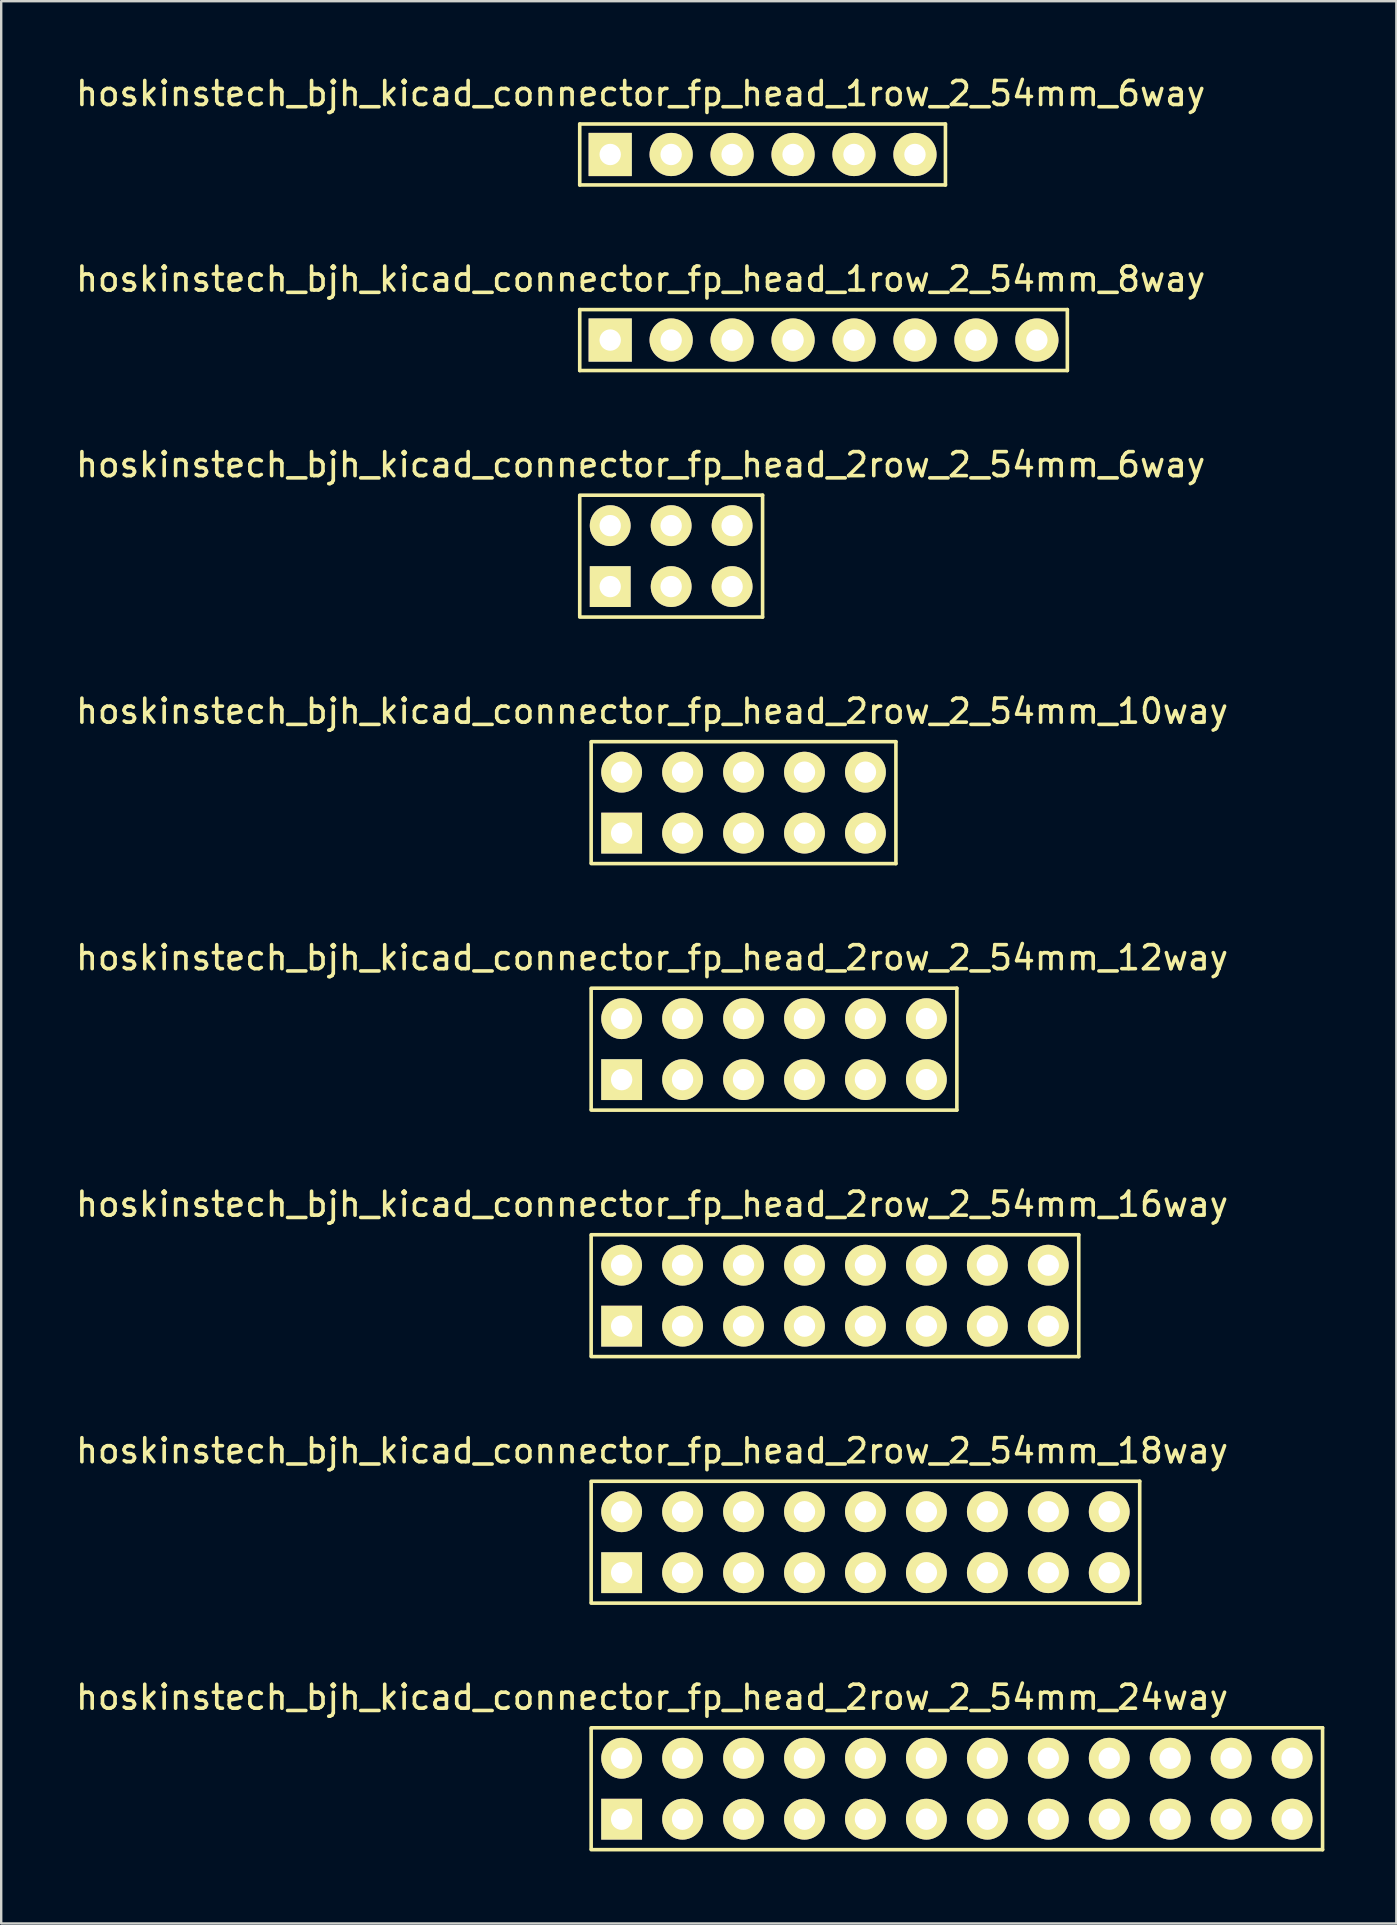
<source format=kicad_pcb>
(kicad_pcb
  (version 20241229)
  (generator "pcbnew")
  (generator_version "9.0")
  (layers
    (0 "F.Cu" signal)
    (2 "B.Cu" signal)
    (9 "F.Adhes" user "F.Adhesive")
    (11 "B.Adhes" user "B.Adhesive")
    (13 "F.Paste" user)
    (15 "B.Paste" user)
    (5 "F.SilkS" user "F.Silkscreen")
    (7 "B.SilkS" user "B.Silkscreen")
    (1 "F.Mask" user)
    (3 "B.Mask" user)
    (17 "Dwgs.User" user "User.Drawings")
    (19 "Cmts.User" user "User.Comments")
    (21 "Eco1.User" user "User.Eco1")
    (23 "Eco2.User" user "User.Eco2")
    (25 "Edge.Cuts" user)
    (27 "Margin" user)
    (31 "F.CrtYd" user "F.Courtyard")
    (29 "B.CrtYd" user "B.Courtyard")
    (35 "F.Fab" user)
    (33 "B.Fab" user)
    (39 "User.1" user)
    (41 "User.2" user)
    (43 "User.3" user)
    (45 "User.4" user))
  (footprint "hoskinstech_bjh_kicad_connector_fp_head_2row_2_54mm_24way"
    (layer "F.Cu")
    (at 22.855 71.491)
    (property "Reference" "hoskinstech_bjh_kicad_connector_fp_head_2row_2_54mm_24way" (at 1.27 -3.81 0) (layer "F.SilkS") (effects (font (size 1 1) (thickness 0.15))))
    (attr through_hole)
    (fp_line (start -1.27 -2.502) (end -1.27 2.502) (stroke (width 0.15) (type solid)) (layer "F.SilkS"))
    (fp_line (start 29.21 -2.54) (end -1.27 -2.54) (stroke (width 0.15) (type solid)) (layer "F.SilkS"))
    (fp_line (start 29.21 -2.54) (end 29.21 2.54) (stroke (width 0.15) (type solid)) (layer "F.SilkS"))
    (fp_line (start 29.21 2.54) (end -1.27 2.54) (stroke (width 0.15) (type solid)) (layer "F.SilkS"))
    (pad "1" thru_hole rect (at 0 1.27) (size 1.7 1.7) (drill 0.89) (layers "*.Cu" "*.Mask" "F.SilkS"))
    (pad "2" thru_hole circle (at 0 -1.27) (size 1.7 1.7) (drill 0.89) (layers "*.Cu" "*.Mask" "F.SilkS"))
    (pad "3" thru_hole circle (at 2.54 1.27) (size 1.7 1.7) (drill 0.89) (layers "*.Cu" "*.Mask" "F.SilkS"))
    (pad "4" thru_hole circle (at 2.54 -1.27) (size 1.7 1.7) (drill 0.89) (layers "*.Cu" "*.Mask" "F.SilkS"))
    (pad "5" thru_hole circle (at 5.08 1.27) (size 1.7 1.7) (drill 0.89) (layers "*.Cu" "*.Mask" "F.SilkS"))
    (pad "6" thru_hole circle (at 5.08 -1.27) (size 1.7 1.7) (drill 0.89) (layers "*.Cu" "*.Mask" "F.SilkS"))
    (pad "7" thru_hole circle (at 7.62 1.27) (size 1.7 1.7) (drill 0.89) (layers "*.Cu" "*.Mask" "F.SilkS"))
    (pad "8" thru_hole circle (at 7.62 -1.27) (size 1.7 1.7) (drill 0.89) (layers "*.Cu" "*.Mask" "F.SilkS"))
    (pad "9" thru_hole circle (at 10.16 1.27) (size 1.7 1.7) (drill 0.89) (layers "*.Cu" "*.Mask" "F.SilkS"))
    (pad "10" thru_hole circle (at 10.16 -1.27) (size 1.7 1.7) (drill 0.89) (layers "*.Cu" "*.Mask" "F.SilkS"))
    (pad "11" thru_hole circle (at 12.7 1.27) (size 1.7 1.7) (drill 0.89) (layers "*.Cu" "*.Mask" "F.SilkS"))
    (pad "12" thru_hole circle (at 12.7 -1.27) (size 1.7 1.7) (drill 0.89) (layers "*.Cu" "*.Mask" "F.SilkS"))
    (pad "13" thru_hole circle (at 15.24 1.27) (size 1.7 1.7) (drill 0.89) (layers "*.Cu" "*.Mask" "F.SilkS"))
    (pad "14" thru_hole circle (at 15.24 -1.27) (size 1.7 1.7) (drill 0.89) (layers "*.Cu" "*.Mask" "F.SilkS"))
    (pad "15" thru_hole circle (at 17.78 1.27) (size 1.7 1.7) (drill 0.89) (layers "*.Cu" "*.Mask" "F.SilkS"))
    (pad "16" thru_hole circle (at 17.78 -1.27) (size 1.7 1.7) (drill 0.89) (layers "*.Cu" "*.Mask" "F.SilkS"))
    (pad "17" thru_hole circle (at 20.32 1.27) (size 1.7 1.7) (drill 0.89) (layers "*.Cu" "*.Mask" "F.SilkS"))
    (pad "18" thru_hole circle (at 20.32 -1.27) (size 1.7 1.7) (drill 0.89) (layers "*.Cu" "*.Mask" "F.SilkS"))
    (pad "19" thru_hole circle (at 22.86 1.27) (size 1.7 1.7) (drill 0.89) (layers "*.Cu" "*.Mask" "F.SilkS"))
    (pad "20" thru_hole circle (at 22.86 -1.27) (size 1.7 1.7) (drill 0.89) (layers "*.Cu" "*.Mask" "F.SilkS"))
    (pad "21" thru_hole circle (at 25.4 1.27) (size 1.7 1.7) (drill 0.89) (layers "*.Cu" "*.Mask" "F.SilkS"))
    (pad "22" thru_hole circle (at 25.4 -1.27) (size 1.7 1.7) (drill 0.89) (layers "*.Cu" "*.Mask" "F.SilkS"))
    (pad "23" thru_hole circle (at 27.94 1.27) (size 1.7 1.7) (drill 0.89) (layers "*.Cu" "*.Mask" "F.SilkS"))
    (pad "24" thru_hole circle (at 27.94 -1.27) (size 1.7 1.7) (drill 0.89) (layers "*.Cu" "*.Mask" "F.SilkS")))
  (footprint "hoskinstech_bjh_kicad_connector_fp_head_2row_2_54mm_10way"
    (layer "F.Cu")
    (at 22.855 30.398)
    (property "Reference" "hoskinstech_bjh_kicad_connector_fp_head_2row_2_54mm_10way" (at 1.27 -3.81 0) (layer "F.SilkS") (effects (font (size 1 1) (thickness 0.15))))
    (attr through_hole)
    (fp_line (start -1.27 -2.502) (end -1.27 2.502) (stroke (width 0.15) (type solid)) (layer "F.SilkS"))
    (fp_line (start 11.43 -2.54) (end -1.27 -2.54) (stroke (width 0.15) (type solid)) (layer "F.SilkS"))
    (fp_line (start 11.43 -2.54) (end 11.43 2.54) (stroke (width 0.15) (type solid)) (layer "F.SilkS"))
    (fp_line (start 11.43 2.54) (end -1.27 2.54) (stroke (width 0.15) (type solid)) (layer "F.SilkS"))
    (pad "1" thru_hole rect (at 0 1.27) (size 1.7 1.7) (drill 0.89) (layers "*.Cu" "*.Mask" "F.SilkS"))
    (pad "2" thru_hole circle (at 0 -1.27) (size 1.7 1.7) (drill 0.89) (layers "*.Cu" "*.Mask" "F.SilkS"))
    (pad "3" thru_hole circle (at 2.54 1.27) (size 1.7 1.7) (drill 0.89) (layers "*.Cu" "*.Mask" "F.SilkS"))
    (pad "4" thru_hole circle (at 2.54 -1.27) (size 1.7 1.7) (drill 0.89) (layers "*.Cu" "*.Mask" "F.SilkS"))
    (pad "5" thru_hole circle (at 5.08 1.27) (size 1.7 1.7) (drill 0.89) (layers "*.Cu" "*.Mask" "F.SilkS"))
    (pad "6" thru_hole circle (at 5.08 -1.27) (size 1.7 1.7) (drill 0.89) (layers "*.Cu" "*.Mask" "F.SilkS"))
    (pad "7" thru_hole circle (at 7.62 1.27) (size 1.7 1.7) (drill 0.89) (layers "*.Cu" "*.Mask" "F.SilkS"))
    (pad "8" thru_hole circle (at 7.62 -1.27) (size 1.7 1.7) (drill 0.89) (layers "*.Cu" "*.Mask" "F.SilkS"))
    (pad "9" thru_hole circle (at 10.16 1.27) (size 1.7 1.7) (drill 0.89) (layers "*.Cu" "*.Mask" "F.SilkS"))
    (pad "10" thru_hole circle (at 10.16 -1.27) (size 1.7 1.7) (drill 0.89) (layers "*.Cu" "*.Mask" "F.SilkS")))
  (footprint "hoskinstech_bjh_kicad_connector_fp_head_2row_2_54mm_12way"
    (layer "F.Cu")
    (at 22.855 40.671)
    (property "Reference" "hoskinstech_bjh_kicad_connector_fp_head_2row_2_54mm_12way" (at 1.27 -3.81 0) (layer "F.SilkS") (effects (font (size 1 1) (thickness 0.15))))
    (attr through_hole)
    (fp_line (start -1.27 -2.502) (end -1.27 2.502) (stroke (width 0.15) (type solid)) (layer "F.SilkS"))
    (fp_line (start 13.97 -2.54) (end -1.27 -2.54) (stroke (width 0.15) (type solid)) (layer "F.SilkS"))
    (fp_line (start 13.97 -2.54) (end 13.97 2.54) (stroke (width 0.15) (type solid)) (layer "F.SilkS"))
    (fp_line (start 13.97 2.54) (end -1.27 2.54) (stroke (width 0.15) (type solid)) (layer "F.SilkS"))
    (pad "1" thru_hole rect (at 0 1.27) (size 1.7 1.7) (drill 0.89) (layers "*.Cu" "*.Mask" "F.SilkS"))
    (pad "2" thru_hole circle (at 0 -1.27) (size 1.7 1.7) (drill 0.89) (layers "*.Cu" "*.Mask" "F.SilkS"))
    (pad "3" thru_hole circle (at 2.54 1.27) (size 1.7 1.7) (drill 0.89) (layers "*.Cu" "*.Mask" "F.SilkS"))
    (pad "4" thru_hole circle (at 2.54 -1.27) (size 1.7 1.7) (drill 0.89) (layers "*.Cu" "*.Mask" "F.SilkS"))
    (pad "5" thru_hole circle (at 5.08 1.27) (size 1.7 1.7) (drill 0.89) (layers "*.Cu" "*.Mask" "F.SilkS"))
    (pad "6" thru_hole circle (at 5.08 -1.27) (size 1.7 1.7) (drill 0.89) (layers "*.Cu" "*.Mask" "F.SilkS"))
    (pad "7" thru_hole circle (at 7.62 1.27) (size 1.7 1.7) (drill 0.89) (layers "*.Cu" "*.Mask" "F.SilkS"))
    (pad "8" thru_hole circle (at 7.62 -1.27) (size 1.7 1.7) (drill 0.89) (layers "*.Cu" "*.Mask" "F.SilkS"))
    (pad "9" thru_hole circle (at 10.16 1.27) (size 1.7 1.7) (drill 0.89) (layers "*.Cu" "*.Mask" "F.SilkS"))
    (pad "10" thru_hole circle (at 10.16 -1.27) (size 1.7 1.7) (drill 0.89) (layers "*.Cu" "*.Mask" "F.SilkS"))
    (pad "11" thru_hole circle (at 12.7 1.27) (size 1.7 1.7) (drill 0.89) (layers "*.Cu" "*.Mask" "F.SilkS"))
    (pad "12" thru_hole circle (at 12.7 -1.27) (size 1.7 1.7) (drill 0.89) (layers "*.Cu" "*.Mask" "F.SilkS")))
  (footprint "hoskinstech_bjh_kicad_connector_fp_head_2row_2_54mm_18way"
    (layer "F.Cu")
    (at 22.855 61.218)
    (property "Reference" "hoskinstech_bjh_kicad_connector_fp_head_2row_2_54mm_18way" (at 1.27 -3.81 0) (layer "F.SilkS") (effects (font (size 1 1) (thickness 0.15))))
    (attr through_hole)
    (fp_line (start -1.27 -2.502) (end -1.27 2.502) (stroke (width 0.15) (type solid)) (layer "F.SilkS"))
    (fp_line (start 21.59 -2.54) (end -1.27 -2.54) (stroke (width 0.15) (type solid)) (layer "F.SilkS"))
    (fp_line (start 21.59 -2.54) (end 21.59 2.54) (stroke (width 0.15) (type solid)) (layer "F.SilkS"))
    (fp_line (start 21.59 2.54) (end -1.27 2.54) (stroke (width 0.15) (type solid)) (layer "F.SilkS"))
    (pad "1" thru_hole rect (at 0 1.27) (size 1.7 1.7) (drill 0.89) (layers "*.Cu" "*.Mask" "F.SilkS"))
    (pad "2" thru_hole circle (at 0 -1.27) (size 1.7 1.7) (drill 0.89) (layers "*.Cu" "*.Mask" "F.SilkS"))
    (pad "3" thru_hole circle (at 2.54 1.27) (size 1.7 1.7) (drill 0.89) (layers "*.Cu" "*.Mask" "F.SilkS"))
    (pad "4" thru_hole circle (at 2.54 -1.27) (size 1.7 1.7) (drill 0.89) (layers "*.Cu" "*.Mask" "F.SilkS"))
    (pad "5" thru_hole circle (at 5.08 1.27) (size 1.7 1.7) (drill 0.89) (layers "*.Cu" "*.Mask" "F.SilkS"))
    (pad "6" thru_hole circle (at 5.08 -1.27) (size 1.7 1.7) (drill 0.89) (layers "*.Cu" "*.Mask" "F.SilkS"))
    (pad "7" thru_hole circle (at 7.62 1.27) (size 1.7 1.7) (drill 0.89) (layers "*.Cu" "*.Mask" "F.SilkS"))
    (pad "8" thru_hole circle (at 7.62 -1.27) (size 1.7 1.7) (drill 0.89) (layers "*.Cu" "*.Mask" "F.SilkS"))
    (pad "9" thru_hole circle (at 10.16 1.27) (size 1.7 1.7) (drill 0.89) (layers "*.Cu" "*.Mask" "F.SilkS"))
    (pad "10" thru_hole circle (at 10.16 -1.27) (size 1.7 1.7) (drill 0.89) (layers "*.Cu" "*.Mask" "F.SilkS"))
    (pad "11" thru_hole circle (at 12.7 1.27) (size 1.7 1.7) (drill 0.89) (layers "*.Cu" "*.Mask" "F.SilkS"))
    (pad "12" thru_hole circle (at 12.7 -1.27) (size 1.7 1.7) (drill 0.89) (layers "*.Cu" "*.Mask" "F.SilkS"))
    (pad "13" thru_hole circle (at 15.24 1.27) (size 1.7 1.7) (drill 0.89) (layers "*.Cu" "*.Mask" "F.SilkS"))
    (pad "14" thru_hole circle (at 15.24 -1.27) (size 1.7 1.7) (drill 0.89) (layers "*.Cu" "*.Mask" "F.SilkS"))
    (pad "15" thru_hole circle (at 17.78 1.27) (size 1.7 1.7) (drill 0.89) (layers "*.Cu" "*.Mask" "F.SilkS"))
    (pad "16" thru_hole circle (at 17.78 -1.27) (size 1.7 1.7) (drill 0.89) (layers "*.Cu" "*.Mask" "F.SilkS"))
    (pad "17" thru_hole circle (at 20.32 1.27) (size 1.7 1.7) (drill 0.89) (layers "*.Cu" "*.Mask" "F.SilkS"))
    (pad "18" thru_hole circle (at 20.32 -1.27) (size 1.7 1.7) (drill 0.89) (layers "*.Cu" "*.Mask" "F.SilkS")))
  (footprint "hoskinstech_bjh_kicad_connector_fp_head_1row_2_54mm_6way"
    (layer "F.Cu")
    (at 22.379 3.388)
    (property "Reference" "hoskinstech_bjh_kicad_connector_fp_head_1row_2_54mm_6way" (at 1.27 -2.54 0) (layer "F.SilkS") (effects (font (size 1 1) (thickness 0.15))))
    (attr through_hole)
    (fp_line (start -1.27 -1.27) (end -1.27 1.27) (stroke (width 0.15) (type solid)) (layer "F.SilkS"))
    (fp_line (start 13.97 -1.27) (end -1.27 -1.27) (stroke (width 0.15) (type solid)) (layer "F.SilkS"))
    (fp_line (start 13.97 -1.27) (end 13.97 1.27) (stroke (width 0.15) (type solid)) (layer "F.SilkS"))
    (fp_line (start 13.97 1.27) (end -1.27 1.27) (stroke (width 0.15) (type solid)) (layer "F.SilkS"))
    (pad "1" thru_hole rect (at 0 0) (size 1.8 1.8) (drill 0.89) (layers "*.Cu" "*.Mask" "F.SilkS"))
    (pad "2" thru_hole circle (at 2.54 0) (size 1.8 1.8) (drill 0.89) (layers "*.Cu" "*.Mask" "F.SilkS"))
    (pad "3" thru_hole circle (at 5.08 0) (size 1.8 1.8) (drill 0.89) (layers "*.Cu" "*.Mask" "F.SilkS"))
    (pad "4" thru_hole circle (at 7.62 0) (size 1.8 1.8) (drill 0.89) (layers "*.Cu" "*.Mask" "F.SilkS"))
    (pad "5" thru_hole circle (at 10.16 0) (size 1.8 1.8) (drill 0.89) (layers "*.Cu" "*.Mask" "F.SilkS"))
    (pad "6" thru_hole circle (at 12.7 0) (size 1.8 1.8) (drill 0.89) (layers "*.Cu" "*.Mask" "F.SilkS")))
  (footprint "hoskinstech_bjh_kicad_connector_fp_head_2row_2_54mm_16way"
    (layer "F.Cu")
    (at 22.855 50.944)
    (property "Reference" "hoskinstech_bjh_kicad_connector_fp_head_2row_2_54mm_16way" (at 1.27 -3.81 0) (layer "F.SilkS") (effects (font (size 1 1) (thickness 0.15))))
    (attr through_hole)
    (fp_line (start -1.27 -2.502) (end -1.27 2.502) (stroke (width 0.15) (type solid)) (layer "F.SilkS"))
    (fp_line (start 19.05 -2.54) (end -1.27 -2.54) (stroke (width 0.15) (type solid)) (layer "F.SilkS"))
    (fp_line (start 19.05 -2.54) (end 19.05 2.54) (stroke (width 0.15) (type solid)) (layer "F.SilkS"))
    (fp_line (start 19.05 2.54) (end -1.27 2.54) (stroke (width 0.15) (type solid)) (layer "F.SilkS"))
    (pad "1" thru_hole rect (at 0 1.27) (size 1.7 1.7) (drill 0.89) (layers "*.Cu" "*.Mask" "F.SilkS"))
    (pad "2" thru_hole circle (at 0 -1.27) (size 1.7 1.7) (drill 0.89) (layers "*.Cu" "*.Mask" "F.SilkS"))
    (pad "3" thru_hole circle (at 2.54 1.27) (size 1.7 1.7) (drill 0.89) (layers "*.Cu" "*.Mask" "F.SilkS"))
    (pad "4" thru_hole circle (at 2.54 -1.27) (size 1.7 1.7) (drill 0.89) (layers "*.Cu" "*.Mask" "F.SilkS"))
    (pad "5" thru_hole circle (at 5.08 1.27) (size 1.7 1.7) (drill 0.89) (layers "*.Cu" "*.Mask" "F.SilkS"))
    (pad "6" thru_hole circle (at 5.08 -1.27) (size 1.7 1.7) (drill 0.89) (layers "*.Cu" "*.Mask" "F.SilkS"))
    (pad "7" thru_hole circle (at 7.62 1.27) (size 1.7 1.7) (drill 0.89) (layers "*.Cu" "*.Mask" "F.SilkS"))
    (pad "8" thru_hole circle (at 7.62 -1.27) (size 1.7 1.7) (drill 0.89) (layers "*.Cu" "*.Mask" "F.SilkS"))
    (pad "9" thru_hole circle (at 10.16 1.27) (size 1.7 1.7) (drill 0.89) (layers "*.Cu" "*.Mask" "F.SilkS"))
    (pad "10" thru_hole circle (at 10.16 -1.27) (size 1.7 1.7) (drill 0.89) (layers "*.Cu" "*.Mask" "F.SilkS"))
    (pad "11" thru_hole circle (at 12.7 1.27) (size 1.7 1.7) (drill 0.89) (layers "*.Cu" "*.Mask" "F.SilkS"))
    (pad "12" thru_hole circle (at 12.7 -1.27) (size 1.7 1.7) (drill 0.89) (layers "*.Cu" "*.Mask" "F.SilkS"))
    (pad "13" thru_hole circle (at 15.24 1.27) (size 1.7 1.7) (drill 0.89) (layers "*.Cu" "*.Mask" "F.SilkS"))
    (pad "14" thru_hole circle (at 15.24 -1.27) (size 1.7 1.7) (drill 0.89) (layers "*.Cu" "*.Mask" "F.SilkS"))
    (pad "15" thru_hole circle (at 17.78 1.27) (size 1.7 1.7) (drill 0.89) (layers "*.Cu" "*.Mask" "F.SilkS"))
    (pad "16" thru_hole circle (at 17.78 -1.27) (size 1.7 1.7) (drill 0.89) (layers "*.Cu" "*.Mask" "F.SilkS")))
  (footprint "hoskinstech_bjh_kicad_connector_fp_head_1row_2_54mm_8way"
    (layer "F.Cu")
    (at 22.379 11.121)
    (property "Reference" "hoskinstech_bjh_kicad_connector_fp_head_1row_2_54mm_8way" (at 1.27 -2.54 0) (layer "F.SilkS") (effects (font (size 1 1) (thickness 0.15))))
    (attr through_hole)
    (fp_line (start -1.27 -1.27) (end -1.27 1.27) (stroke (width 0.15) (type solid)) (layer "F.SilkS"))
    (fp_line (start 19.05 -1.27) (end -1.27 -1.27) (stroke (width 0.15) (type solid)) (layer "F.SilkS"))
    (fp_line (start 19.05 -1.27) (end 19.05 1.27) (stroke (width 0.15) (type solid)) (layer "F.SilkS"))
    (fp_line (start 19.05 1.27) (end -1.27 1.27) (stroke (width 0.15) (type solid)) (layer "F.SilkS"))
    (pad "1" thru_hole rect (at 0 0) (size 1.8 1.8) (drill 0.89) (layers "*.Cu" "*.Mask" "F.SilkS"))
    (pad "2" thru_hole circle (at 2.54 0) (size 1.8 1.8) (drill 0.89) (layers "*.Cu" "*.Mask" "F.SilkS"))
    (pad "3" thru_hole circle (at 5.08 0) (size 1.8 1.8) (drill 0.89) (layers "*.Cu" "*.Mask" "F.SilkS"))
    (pad "4" thru_hole circle (at 7.62 0) (size 1.8 1.8) (drill 0.89) (layers "*.Cu" "*.Mask" "F.SilkS"))
    (pad "5" thru_hole circle (at 10.16 0) (size 1.8 1.8) (drill 0.89) (layers "*.Cu" "*.Mask" "F.SilkS"))
    (pad "6" thru_hole circle (at 12.7 0) (size 1.8 1.8) (drill 0.89) (layers "*.Cu" "*.Mask" "F.SilkS"))
    (pad "7" thru_hole circle (at 15.24 0) (size 1.8 1.8) (drill 0.89) (layers "*.Cu" "*.Mask" "F.SilkS"))
    (pad "8" thru_hole circle (at 17.78 0) (size 1.8 1.8) (drill 0.89) (layers "*.Cu" "*.Mask" "F.SilkS")))
  (footprint "hoskinstech_bjh_kicad_connector_fp_head_2row_2_54mm_6way"
    (layer "F.Cu")
    (at 22.379 20.125)
    (property "Reference" "hoskinstech_bjh_kicad_connector_fp_head_2row_2_54mm_6way" (at 1.27 -3.81 0) (layer "F.SilkS") (effects (font (size 1 1) (thickness 0.15))))
    (attr through_hole)
    (fp_line (start -1.27 -2.502) (end -1.27 2.502) (stroke (width 0.15) (type solid)) (layer "F.SilkS"))
    (fp_line (start 6.35 -2.54) (end -1.27 -2.54) (stroke (width 0.15) (type solid)) (layer "F.SilkS"))
    (fp_line (start 6.35 -2.54) (end 6.35 2.54) (stroke (width 0.15) (type solid)) (layer "F.SilkS"))
    (fp_line (start 6.35 2.54) (end -1.27 2.54) (stroke (width 0.15) (type solid)) (layer "F.SilkS"))
    (pad "1" thru_hole rect (at 0 1.27) (size 1.7 1.7) (drill 0.89) (layers "*.Cu" "*.Mask" "F.SilkS"))
    (pad "2" thru_hole circle (at 0 -1.27) (size 1.7 1.7) (drill 0.89) (layers "*.Cu" "*.Mask" "F.SilkS"))
    (pad "3" thru_hole circle (at 2.54 1.27) (size 1.7 1.7) (drill 0.89) (layers "*.Cu" "*.Mask" "F.SilkS"))
    (pad "4" thru_hole circle (at 2.54 -1.27) (size 1.7 1.7) (drill 0.89) (layers "*.Cu" "*.Mask" "F.SilkS"))
    (pad "5" thru_hole circle (at 5.08 1.27) (size 1.7 1.7) (drill 0.89) (layers "*.Cu" "*.Mask" "F.SilkS"))
    (pad "6" thru_hole circle (at 5.08 -1.27) (size 1.7 1.7) (drill 0.89) (layers "*.Cu" "*.Mask" "F.SilkS")))
  (gr_rect
    (start -3 -3)
    (end 55.14 77.106)
    (stroke (width 0.1) (type default))
    (fill no)
    (layer "Edge.Cuts")))
</source>
